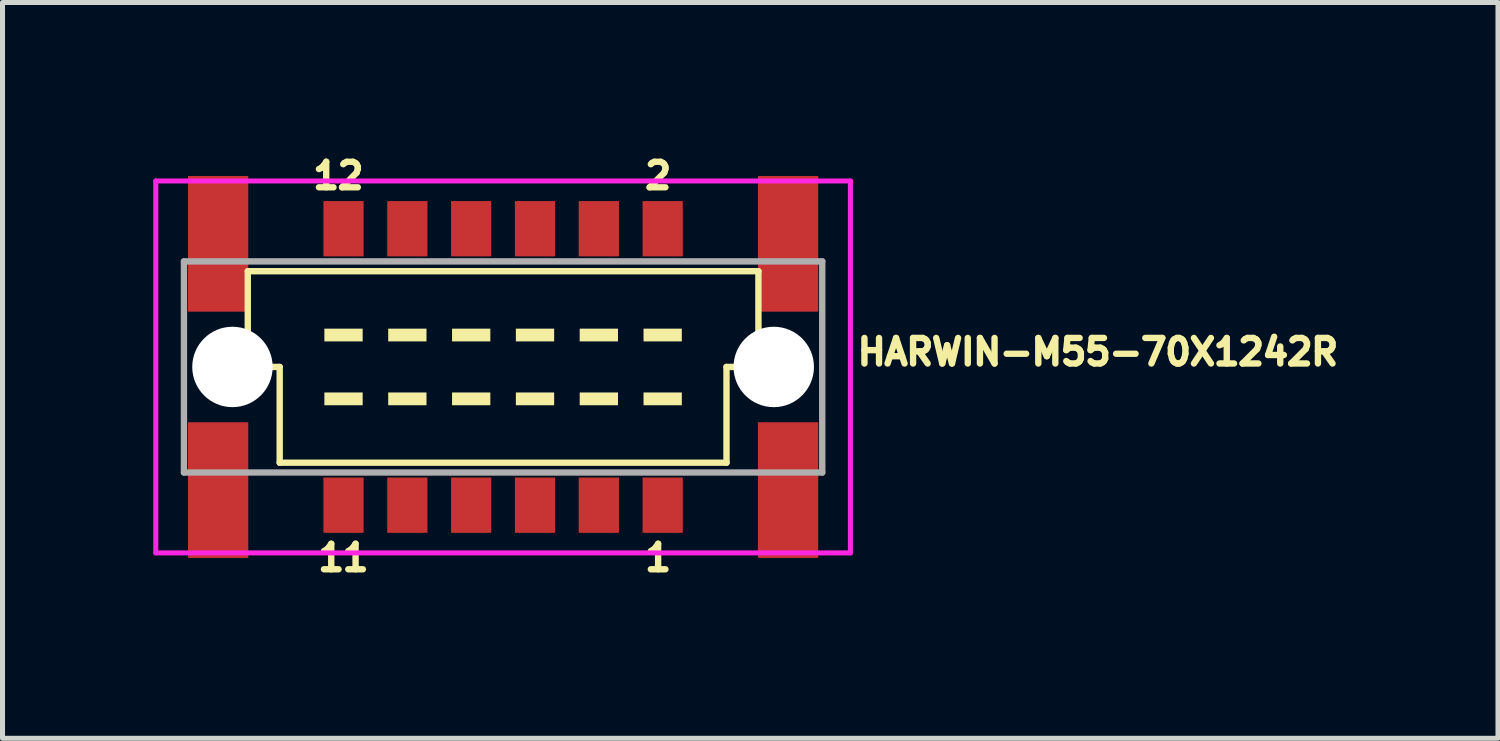
<source format=kicad_pcb>
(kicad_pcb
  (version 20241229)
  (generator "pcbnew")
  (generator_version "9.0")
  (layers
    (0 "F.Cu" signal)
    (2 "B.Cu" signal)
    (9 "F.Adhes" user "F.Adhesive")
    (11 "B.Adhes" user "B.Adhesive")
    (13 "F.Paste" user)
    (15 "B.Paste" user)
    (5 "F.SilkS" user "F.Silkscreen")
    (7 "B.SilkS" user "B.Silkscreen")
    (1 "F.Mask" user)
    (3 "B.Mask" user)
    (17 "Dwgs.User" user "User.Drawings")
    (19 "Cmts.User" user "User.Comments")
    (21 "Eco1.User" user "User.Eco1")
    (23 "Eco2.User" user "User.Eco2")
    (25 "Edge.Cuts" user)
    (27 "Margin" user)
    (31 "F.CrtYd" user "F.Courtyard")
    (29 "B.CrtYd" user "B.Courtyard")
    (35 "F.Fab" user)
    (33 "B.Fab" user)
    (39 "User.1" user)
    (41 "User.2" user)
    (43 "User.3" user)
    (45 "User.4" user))
  (footprint "HARWIN-M55-70X1242R"
    (layer "F.Cu")
    (at 6.96 4.251)
    (property "Reference" "HARWIN-M55-70X1242R" (at 6.985 0 0) (layer "F.SilkS") (effects (font (size 0.508 0.508) (thickness 0.127)) (justify left bottom)))
    (fp_line (start -5.08 -1.905) (end -5.08 0) (stroke (width 0.127) (type solid)) (layer "F.SilkS"))
    (fp_line (start -5.08 0) (end -4.445 0) (stroke (width 0.127) (type solid)) (layer "F.SilkS"))
    (fp_line (start -4.445 0) (end -4.445 1.905) (stroke (width 0.127) (type solid)) (layer "F.SilkS"))
    (fp_line (start -4.445 1.905) (end 4.445 1.905) (stroke (width 0.127) (type solid)) (layer "F.SilkS"))
    (fp_line (start 4.445 0) (end 5.08 0) (stroke (width 0.127) (type solid)) (layer "F.SilkS"))
    (fp_line (start 4.445 1.905) (end 4.445 0) (stroke (width 0.127) (type solid)) (layer "F.SilkS"))
    (fp_line (start 5.08 -1.905) (end -5.08 -1.905) (stroke (width 0.127) (type solid)) (layer "F.SilkS"))
    (fp_line (start 5.08 0) (end 5.08 -1.905) (stroke (width 0.127) (type solid)) (layer "F.SilkS"))
    (fp_poly (pts (xy -3.556 -0.508) (xy -2.794 -0.508) (xy -2.794 -0.762) (xy -3.556 -0.762)) (stroke (width 0) (type solid)) (fill yes) (layer "F.SilkS"))
    (fp_poly (pts (xy -3.556 0.762) (xy -2.794 0.762) (xy -2.794 0.508) (xy -3.556 0.508)) (stroke (width 0) (type solid)) (fill yes) (layer "F.SilkS"))
    (fp_poly (pts (xy -2.286 -0.508) (xy -1.524 -0.508) (xy -1.524 -0.762) (xy -2.286 -0.762)) (stroke (width 0) (type solid)) (fill yes) (layer "F.SilkS"))
    (fp_poly (pts (xy -2.286 0.762) (xy -1.524 0.762) (xy -1.524 0.508) (xy -2.286 0.508)) (stroke (width 0) (type solid)) (fill yes) (layer "F.SilkS"))
    (fp_poly (pts (xy -1.016 -0.508) (xy -0.254 -0.508) (xy -0.254 -0.762) (xy -1.016 -0.762)) (stroke (width 0) (type solid)) (fill yes) (layer "F.SilkS"))
    (fp_poly (pts (xy -1.016 0.762) (xy -0.254 0.762) (xy -0.254 0.508) (xy -1.016 0.508)) (stroke (width 0) (type solid)) (fill yes) (layer "F.SilkS"))
    (fp_poly (pts (xy 0.254 -0.508) (xy 1.016 -0.508) (xy 1.016 -0.762) (xy 0.254 -0.762)) (stroke (width 0) (type solid)) (fill yes) (layer "F.SilkS"))
    (fp_poly (pts (xy 0.254 0.762) (xy 1.016 0.762) (xy 1.016 0.508) (xy 0.254 0.508)) (stroke (width 0) (type solid)) (fill yes) (layer "F.SilkS"))
    (fp_poly (pts (xy 1.524 -0.508) (xy 2.286 -0.508) (xy 2.286 -0.762) (xy 1.524 -0.762)) (stroke (width 0) (type solid)) (fill yes) (layer "F.SilkS"))
    (fp_poly (pts (xy 1.524 0.762) (xy 2.286 0.762) (xy 2.286 0.508) (xy 1.524 0.508)) (stroke (width 0) (type solid)) (fill yes) (layer "F.SilkS"))
    (fp_poly (pts (xy 2.794 -0.508) (xy 3.556 -0.508) (xy 3.556 -0.762) (xy 2.794 -0.762)) (stroke (width 0) (type solid)) (fill yes) (layer "F.SilkS"))
    (fp_poly (pts (xy 2.794 0.762) (xy 3.556 0.762) (xy 3.556 0.508) (xy 2.794 0.508)) (stroke (width 0) (type solid)) (fill yes) (layer "F.SilkS"))
    (fp_line (start -6.91 -3.7) (end 6.91 -3.7) (stroke (width 0.1) (type solid)) (layer "F.CrtYd"))
    (fp_line (start -6.91 3.7) (end -6.91 -3.7) (stroke (width 0.1) (type solid)) (layer "F.CrtYd"))
    (fp_line (start 6.91 -3.7) (end 6.91 3.7) (stroke (width 0.1) (type solid)) (layer "F.CrtYd"))
    (fp_line (start 6.91 3.7) (end -6.91 3.7) (stroke (width 0.1) (type solid)) (layer "F.CrtYd"))
    (fp_line (start -6.35 2.1) (end -6.35 -2.1) (stroke (width 0.127) (type solid)) (layer "F.Fab"))
    (fp_line (start 6.35 -2.1) (end -6.35 -2.1) (stroke (width 0.127) (type solid)) (layer "F.Fab"))
    (fp_line (start 6.35 -2.1) (end 6.35 2.1) (stroke (width 0.127) (type solid)) (layer "F.Fab"))
    (fp_line (start 6.35 2.1) (end -6.35 2.1) (stroke (width 0.127) (type solid)) (layer "F.Fab"))
    (fp_text user "12" (at -2.71 -4.1 0) (layer "F.SilkS") (effects (font (size 0.508 0.508) (thickness 0.127)) (justify right top)))
    (fp_text user "11" (at -2.61 3.5 0) (layer "F.SilkS") (effects (font (size 0.508 0.508) (thickness 0.127)) (justify right top)))
    (fp_text user "1" (at 3.41 3.5 0) (layer "F.SilkS") (effects (font (size 0.508 0.508) (thickness 0.127)) (justify right top)))
    (fp_text user "2" (at 3.41 -4.1 0) (layer "F.SilkS") (effects (font (size 0.508 0.508) (thickness 0.127)) (justify right top)))
    (pad "" np_thru_hole circle (at -5.385 0) (size 1.6 1.6) (drill 1.6) (layers "*.Cu" "*.Mask"))
    (pad "" np_thru_hole circle (at 5.385 0) (size 1.6 1.6) (drill 1.6) (layers "*.Cu" "*.Mask"))
    (pad "1" smd rect (at 3.175 2.75 180) (size 0.8 1.1) (layers "F.Cu" "F.Mask" "F.Paste"))
    (pad "2" smd rect (at 3.175 -2.75 180) (size 0.8 1.1) (layers "F.Cu" "F.Mask" "F.Paste"))
    (pad "3" smd rect (at 1.905 2.75 180) (size 0.8 1.1) (layers "F.Cu" "F.Mask" "F.Paste"))
    (pad "4" smd rect (at 1.905 -2.75 180) (size 0.8 1.1) (layers "F.Cu" "F.Mask" "F.Paste"))
    (pad "5" smd rect (at 0.635 2.75 180) (size 0.8 1.1) (layers "F.Cu" "F.Mask" "F.Paste"))
    (pad "6" smd rect (at 0.635 -2.75 180) (size 0.8 1.1) (layers "F.Cu" "F.Mask" "F.Paste"))
    (pad "7" smd rect (at -0.635 2.75 180) (size 0.8 1.1) (layers "F.Cu" "F.Mask" "F.Paste"))
    (pad "8" smd rect (at -0.635 -2.75 180) (size 0.8 1.1) (layers "F.Cu" "F.Mask" "F.Paste"))
    (pad "9" smd rect (at -1.905 2.75 180) (size 0.8 1.1) (layers "F.Cu" "F.Mask" "F.Paste"))
    (pad "10" smd rect (at -1.905 -2.75 180) (size 0.8 1.1) (layers "F.Cu" "F.Mask" "F.Paste"))
    (pad "11" smd rect (at -3.175 2.75 180) (size 0.8 1.1) (layers "F.Cu" "F.Mask" "F.Paste"))
    (pad "12" smd rect (at -3.175 -2.75 180) (size 0.8 1.1) (layers "F.Cu" "F.Mask" "F.Paste"))
    (pad "P$1" smd rect (at -5.67 2.45 90) (size 2.7 1.2) (layers "F.Cu" "F.Mask" "F.Paste"))
    (pad "P$2" smd rect (at -5.67 -2.45 90) (size 2.7 1.2) (layers "F.Cu" "F.Mask" "F.Paste"))
    (pad "P$3" smd rect (at 5.67 -2.45 90) (size 2.7 1.2) (layers "F.Cu" "F.Mask" "F.Paste"))
    (pad "P$4" smd rect (at 5.67 2.45 90) (size 2.7 1.2) (layers "F.Cu" "F.Mask" "F.Paste")))
  (gr_rect
    (start -3 -3)
    (end 26.755 11.64)
    (stroke (width 0.1) (type default))
    (fill no)
    (layer "Edge.Cuts")))
</source>
